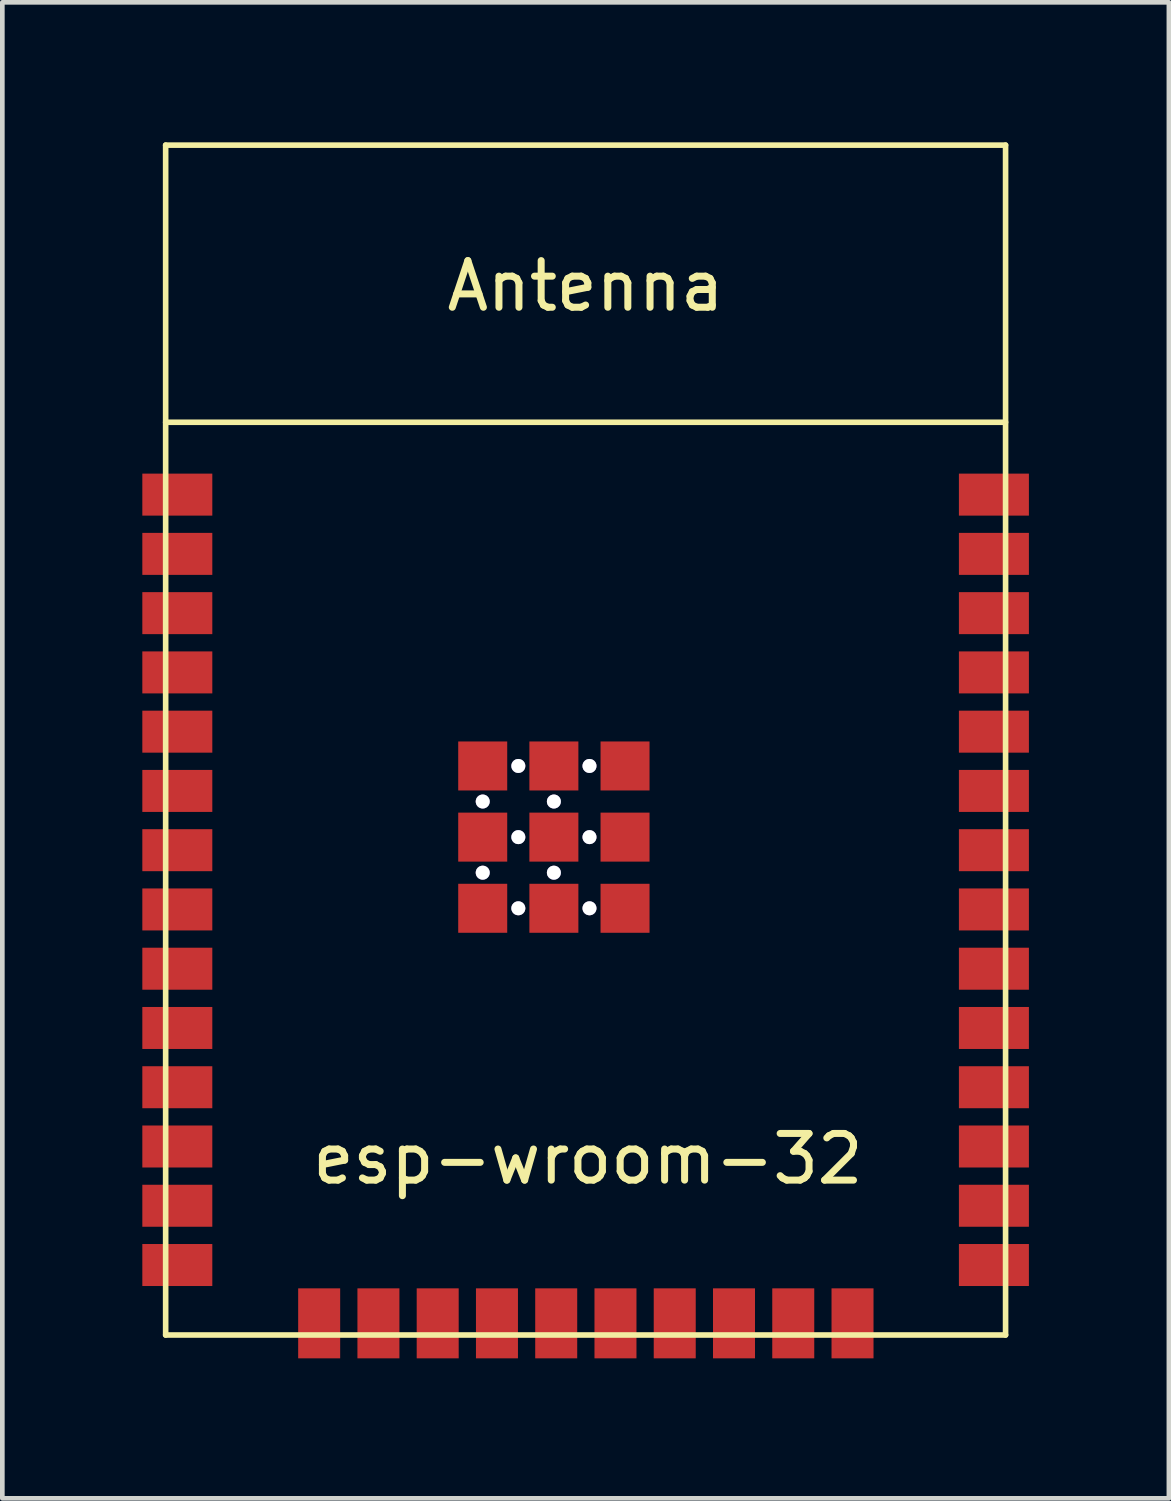
<source format=kicad_pcb>
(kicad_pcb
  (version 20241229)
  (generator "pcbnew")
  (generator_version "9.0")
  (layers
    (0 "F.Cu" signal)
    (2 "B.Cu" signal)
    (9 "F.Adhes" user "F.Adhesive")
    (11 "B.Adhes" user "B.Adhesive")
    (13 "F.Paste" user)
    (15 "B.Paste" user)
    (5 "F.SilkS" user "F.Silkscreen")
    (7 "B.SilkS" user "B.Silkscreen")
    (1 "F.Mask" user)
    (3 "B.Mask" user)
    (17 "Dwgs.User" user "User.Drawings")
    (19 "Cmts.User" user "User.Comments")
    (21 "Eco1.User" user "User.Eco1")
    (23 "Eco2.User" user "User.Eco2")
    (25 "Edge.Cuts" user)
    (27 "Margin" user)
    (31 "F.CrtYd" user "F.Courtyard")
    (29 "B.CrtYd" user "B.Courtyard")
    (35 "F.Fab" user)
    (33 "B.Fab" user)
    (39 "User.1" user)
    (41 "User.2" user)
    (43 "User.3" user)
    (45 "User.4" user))
  (footprint "esp-wroom-32"
    (layer "F.Cu")
    (at 9.5 7.55)
    (property "Reference" "esp-wroom-32" (at 0.05 14.236 0) (layer "F.SilkS") (effects (font (size 1 1) (thickness 0.15))))
    (attr through_hole)
    (fp_line (start -9 -7.49) (end -9 18.01) (stroke (width 0.12) (type solid)) (layer "F.SilkS"))
    (fp_line (start -9 -7.49) (end 9 -7.49) (stroke (width 0.12) (type solid)) (layer "F.SilkS"))
    (fp_line (start -9 -1.55) (end 9 -1.55) (stroke (width 0.12) (type solid)) (layer "F.SilkS"))
    (fp_line (start -9 18.01) (end 9 18.01) (stroke (width 0.12) (type solid)) (layer "F.SilkS"))
    (fp_line (start 9 18.01) (end 9 -7.49) (stroke (width 0.12) (type solid)) (layer "F.SilkS"))
    (fp_text user "Antenna" (at 0 -4.47 0) (layer "F.SilkS") (effects (font (size 1 1) (thickness 0.15))))
    (pad "" thru_hole circle (at -2.205 6.577) (size 0.3 0.3) (drill 0.3) (layers "*.Cu" "*.Mask"))
    (pad "" thru_hole circle (at -2.205 8.102) (size 0.3 0.3) (drill 0.3) (layers "*.Cu" "*.Mask"))
    (pad "" thru_hole circle (at -1.442 5.815) (size 0.3 0.3) (drill 0.3) (layers "*.Cu" "*.Mask"))
    (pad "" thru_hole circle (at -1.442 7.34) (size 0.3 0.3) (drill 0.3) (layers "*.Cu" "*.Mask"))
    (pad "" thru_hole circle (at -1.442 8.865) (size 0.3 0.3) (drill 0.3) (layers "*.Cu" "*.Mask"))
    (pad "" thru_hole circle (at -0.68 6.577) (size 0.3 0.3) (drill 0.3) (layers "*.Cu" "*.Mask"))
    (pad "" thru_hole circle (at -0.68 8.102) (size 0.3 0.3) (drill 0.3) (layers "*.Cu" "*.Mask"))
    (pad "" thru_hole circle (at 0.083 5.815) (size 0.3 0.3) (drill 0.3) (layers "*.Cu" "*.Mask"))
    (pad "" thru_hole circle (at 0.083 7.34) (size 0.3 0.3) (drill 0.3) (layers "*.Cu" "*.Mask"))
    (pad "" thru_hole circle (at 0.083 8.865) (size 0.3 0.3) (drill 0.3) (layers "*.Cu" "*.Mask"))
    (pad "1" smd rect (at -8.75 0) (size 1.5 0.9) (layers "F.Cu" "F.Mask" "F.Paste"))
    (pad "2" smd rect (at -8.75 1.27) (size 1.5 0.9) (layers "F.Cu" "F.Mask" "F.Paste"))
    (pad "3" smd rect (at -8.75 2.54) (size 1.5 0.9) (layers "F.Cu" "F.Mask" "F.Paste"))
    (pad "4" smd rect (at -8.75 3.81) (size 1.5 0.9) (layers "F.Cu" "F.Mask" "F.Paste"))
    (pad "5" smd rect (at -8.75 5.08) (size 1.5 0.9) (layers "F.Cu" "F.Mask" "F.Paste"))
    (pad "6" smd rect (at -8.75 6.35) (size 1.5 0.9) (layers "F.Cu" "F.Mask" "F.Paste"))
    (pad "7" smd rect (at -8.75 7.62) (size 1.5 0.9) (layers "F.Cu" "F.Mask" "F.Paste"))
    (pad "8" smd rect (at -8.75 8.89) (size 1.5 0.9) (layers "F.Cu" "F.Mask" "F.Paste"))
    (pad "9" smd rect (at -8.75 10.16) (size 1.5 0.9) (layers "F.Cu" "F.Mask" "F.Paste"))
    (pad "10" smd rect (at -8.75 11.43) (size 1.5 0.9) (layers "F.Cu" "F.Mask" "F.Paste"))
    (pad "11" smd rect (at -8.75 12.7) (size 1.5 0.9) (layers "F.Cu" "F.Mask" "F.Paste"))
    (pad "12" smd rect (at -8.75 13.97) (size 1.5 0.9) (layers "F.Cu" "F.Mask" "F.Paste"))
    (pad "13" smd rect (at -8.75 15.24) (size 1.5 0.9) (layers "F.Cu" "F.Mask" "F.Paste"))
    (pad "14" smd rect (at -8.75 16.51) (size 1.5 0.9) (layers "F.Cu" "F.Mask" "F.Paste"))
    (pad "15" smd rect (at -5.71 17.76) (size 0.9 1.5) (layers "F.Cu" "F.Mask" "F.Paste"))
    (pad "16" smd rect (at -4.44 17.76) (size 0.9 1.5) (layers "F.Cu" "F.Mask" "F.Paste"))
    (pad "17" smd rect (at -3.17 17.76) (size 0.9 1.5) (layers "F.Cu" "F.Mask" "F.Paste"))
    (pad "18" smd rect (at -1.9 17.76) (size 0.9 1.5) (layers "F.Cu" "F.Mask" "F.Paste"))
    (pad "19" smd rect (at -0.63 17.76) (size 0.9 1.5) (layers "F.Cu" "F.Mask" "F.Paste"))
    (pad "20" smd rect (at 0.64 17.76) (size 0.9 1.5) (layers "F.Cu" "F.Mask" "F.Paste"))
    (pad "21" smd rect (at 1.91 17.76) (size 0.9 1.5) (layers "F.Cu" "F.Mask" "F.Paste"))
    (pad "22" smd rect (at 3.18 17.76) (size 0.9 1.5) (layers "F.Cu" "F.Mask" "F.Paste"))
    (pad "23" smd rect (at 4.45 17.76) (size 0.9 1.5) (layers "F.Cu" "F.Mask" "F.Paste"))
    (pad "24" smd rect (at 5.72 17.76) (size 0.9 1.5) (layers "F.Cu" "F.Mask" "F.Paste"))
    (pad "25" smd rect (at 8.75 16.51) (size 1.5 0.9) (layers "F.Cu" "F.Mask" "F.Paste"))
    (pad "26" smd rect (at 8.75 15.24) (size 1.5 0.9) (layers "F.Cu" "F.Mask" "F.Paste"))
    (pad "27" smd rect (at 8.75 13.97) (size 1.5 0.9) (layers "F.Cu" "F.Mask" "F.Paste"))
    (pad "28" smd rect (at 8.75 12.7) (size 1.5 0.9) (layers "F.Cu" "F.Mask" "F.Paste"))
    (pad "29" smd rect (at 8.75 11.43) (size 1.5 0.9) (layers "F.Cu" "F.Mask" "F.Paste"))
    (pad "30" smd rect (at 8.75 10.16) (size 1.5 0.9) (layers "F.Cu" "F.Mask" "F.Paste"))
    (pad "31" smd rect (at 8.75 8.89) (size 1.5 0.9) (layers "F.Cu" "F.Mask" "F.Paste"))
    (pad "32" smd rect (at 8.75 7.62) (size 1.5 0.9) (layers "F.Cu" "F.Mask" "F.Paste"))
    (pad "33" smd rect (at 8.75 6.35) (size 1.5 0.9) (layers "F.Cu" "F.Mask" "F.Paste"))
    (pad "34" smd rect (at 8.75 5.08) (size 1.5 0.9) (layers "F.Cu" "F.Mask" "F.Paste"))
    (pad "35" smd rect (at 8.75 3.81) (size 1.5 0.9) (layers "F.Cu" "F.Mask" "F.Paste"))
    (pad "36" smd rect (at 8.75 2.54) (size 1.5 0.9) (layers "F.Cu" "F.Mask" "F.Paste"))
    (pad "37" smd rect (at 8.75 1.27) (size 1.5 0.9) (layers "F.Cu" "F.Mask" "F.Paste"))
    (pad "38" smd rect (at 8.75 0) (size 1.5 0.9) (layers "F.Cu" "F.Mask" "F.Paste"))
    (pad "39" smd rect (at -2.205 5.815) (size 1.05 1.05) (layers "F.Cu" "F.Mask" "F.Paste"))
    (pad "39" smd rect (at -2.205 7.34) (size 1.05 1.05) (layers "F.Cu" "F.Mask" "F.Paste"))
    (pad "39" smd rect (at -2.205 8.865) (size 1.05 1.05) (layers "F.Cu" "F.Mask" "F.Paste"))
    (pad "39" smd rect (at -0.68 5.815) (size 1.05 1.05) (layers "F.Cu" "F.Mask" "F.Paste"))
    (pad "39" smd rect (at -0.68 7.34) (size 1.05 1.05) (layers "F.Cu" "F.Mask" "F.Paste"))
    (pad "39" smd rect (at -0.68 8.865) (size 1.05 1.05) (layers "F.Cu" "F.Mask" "F.Paste"))
    (pad "39" smd rect (at 0.845 5.815) (size 1.05 1.05) (layers "F.Cu" "F.Mask" "F.Paste"))
    (pad "39" smd rect (at 0.845 7.34) (size 1.05 1.05) (layers "F.Cu" "F.Mask" "F.Paste"))
    (pad "39" smd rect (at 0.845 8.865) (size 1.05 1.05) (layers "F.Cu" "F.Mask" "F.Paste")))
  (gr_rect
    (start -3 -3)
    (end 22 29.06)
    (stroke (width 0.1) (type default))
    (fill no)
    (layer "Edge.Cuts")))
</source>
